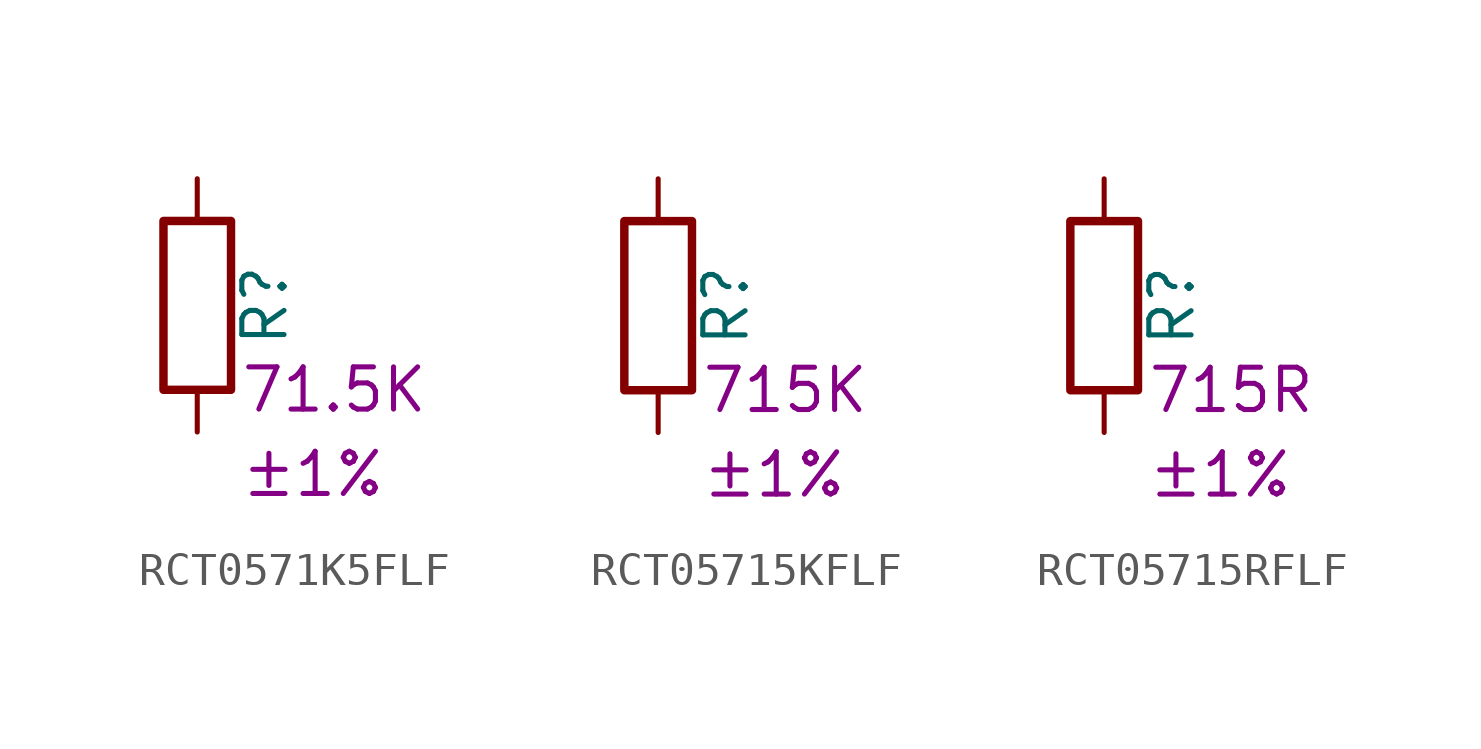
<source format=kicad_sym>
(kicad_symbol_lib
  (version 20220914)
  (generator kicad_symbol_editor)
  (symbol "RCT0571K5FLF"
    (pin_numbers hide)
    (pin_names
      (offset 0))
    (property "Reference" "R"
      (at 2.032 0 90)
      (effects (font (size 1.27 1.27))))
    (property "Resistance" "71.5K"
      (at 1.27 -2.54 0)
      (effects (font (size 1.27 1.27)) (justify left)))
    (property "Tolerance" "±1%"
      (at 1.27 -5.08 0)
      (effects (font (size 1.27 1.27)) (justify left)))
    (symbol "RCT0571K5FLF_0_1"
      (rectangle (start -1.016 -2.54) (end 1.016 2.54) (stroke (width 0.254) (type default)) (fill (type none))))
    (symbol "RCT0571K5FLF_1_1"
      (pin passive line (at 0 3.81 270) (length 1.27) (name "~" (effects (font (size 1.27 1.27)))) (number "1" (effects (font (size 1.27 1.27)))))
      (pin passive line (at 0 -3.81 90) (length 1.27) (name "~" (effects (font (size 1.27 1.27)))) (number "2" (effects (font (size 1.27 1.27)))))))
  (symbol "RCT05715KFLF"
    (pin_numbers hide)
    (pin_names
      (offset 0))
    (property "Reference" "R"
      (at 2.032 0 90)
      (effects (font (size 1.27 1.27))))
    (property "Resistance" "715K"
      (at 1.27 -2.54 0)
      (effects (font (size 1.27 1.27)) (justify left)))
    (property "Tolerance" "±1%"
      (at 1.27 -5.08 0)
      (effects (font (size 1.27 1.27)) (justify left)))
    (symbol "RCT05715KFLF_0_1"
      (rectangle (start -1.016 -2.54) (end 1.016 2.54) (stroke (width 0.254) (type default)) (fill (type none))))
    (symbol "RCT05715KFLF_1_1"
      (pin passive line (at 0 3.81 270) (length 1.27) (name "~" (effects (font (size 1.27 1.27)))) (number "1" (effects (font (size 1.27 1.27)))))
      (pin passive line (at 0 -3.81 90) (length 1.27) (name "~" (effects (font (size 1.27 1.27)))) (number "2" (effects (font (size 1.27 1.27)))))))
  (symbol "RCT05715RFLF"
    (pin_numbers hide)
    (pin_names
      (offset 0))
    (property "Reference" "R"
      (at 2.032 0 90)
      (effects (font (size 1.27 1.27))))
    (property "Resistance" "715R"
      (at 1.27 -2.54 0)
      (effects (font (size 1.27 1.27)) (justify left)))
    (property "Tolerance" "±1%"
      (at 1.27 -5.08 0)
      (effects (font (size 1.27 1.27)) (justify left)))
    (symbol "RCT05715RFLF_0_1"
      (rectangle (start -1.016 -2.54) (end 1.016 2.54) (stroke (width 0.254) (type default)) (fill (type none))))
    (symbol "RCT05715RFLF_1_1"
      (pin passive line (at 0 3.81 270) (length 1.27) (name "~" (effects (font (size 1.27 1.27)))) (number "1" (effects (font (size 1.27 1.27)))))
      (pin passive line (at 0 -3.81 90) (length 1.27) (name "~" (effects (font (size 1.27 1.27)))) (number "2" (effects (font (size 1.27 1.27))))))))
</source>
